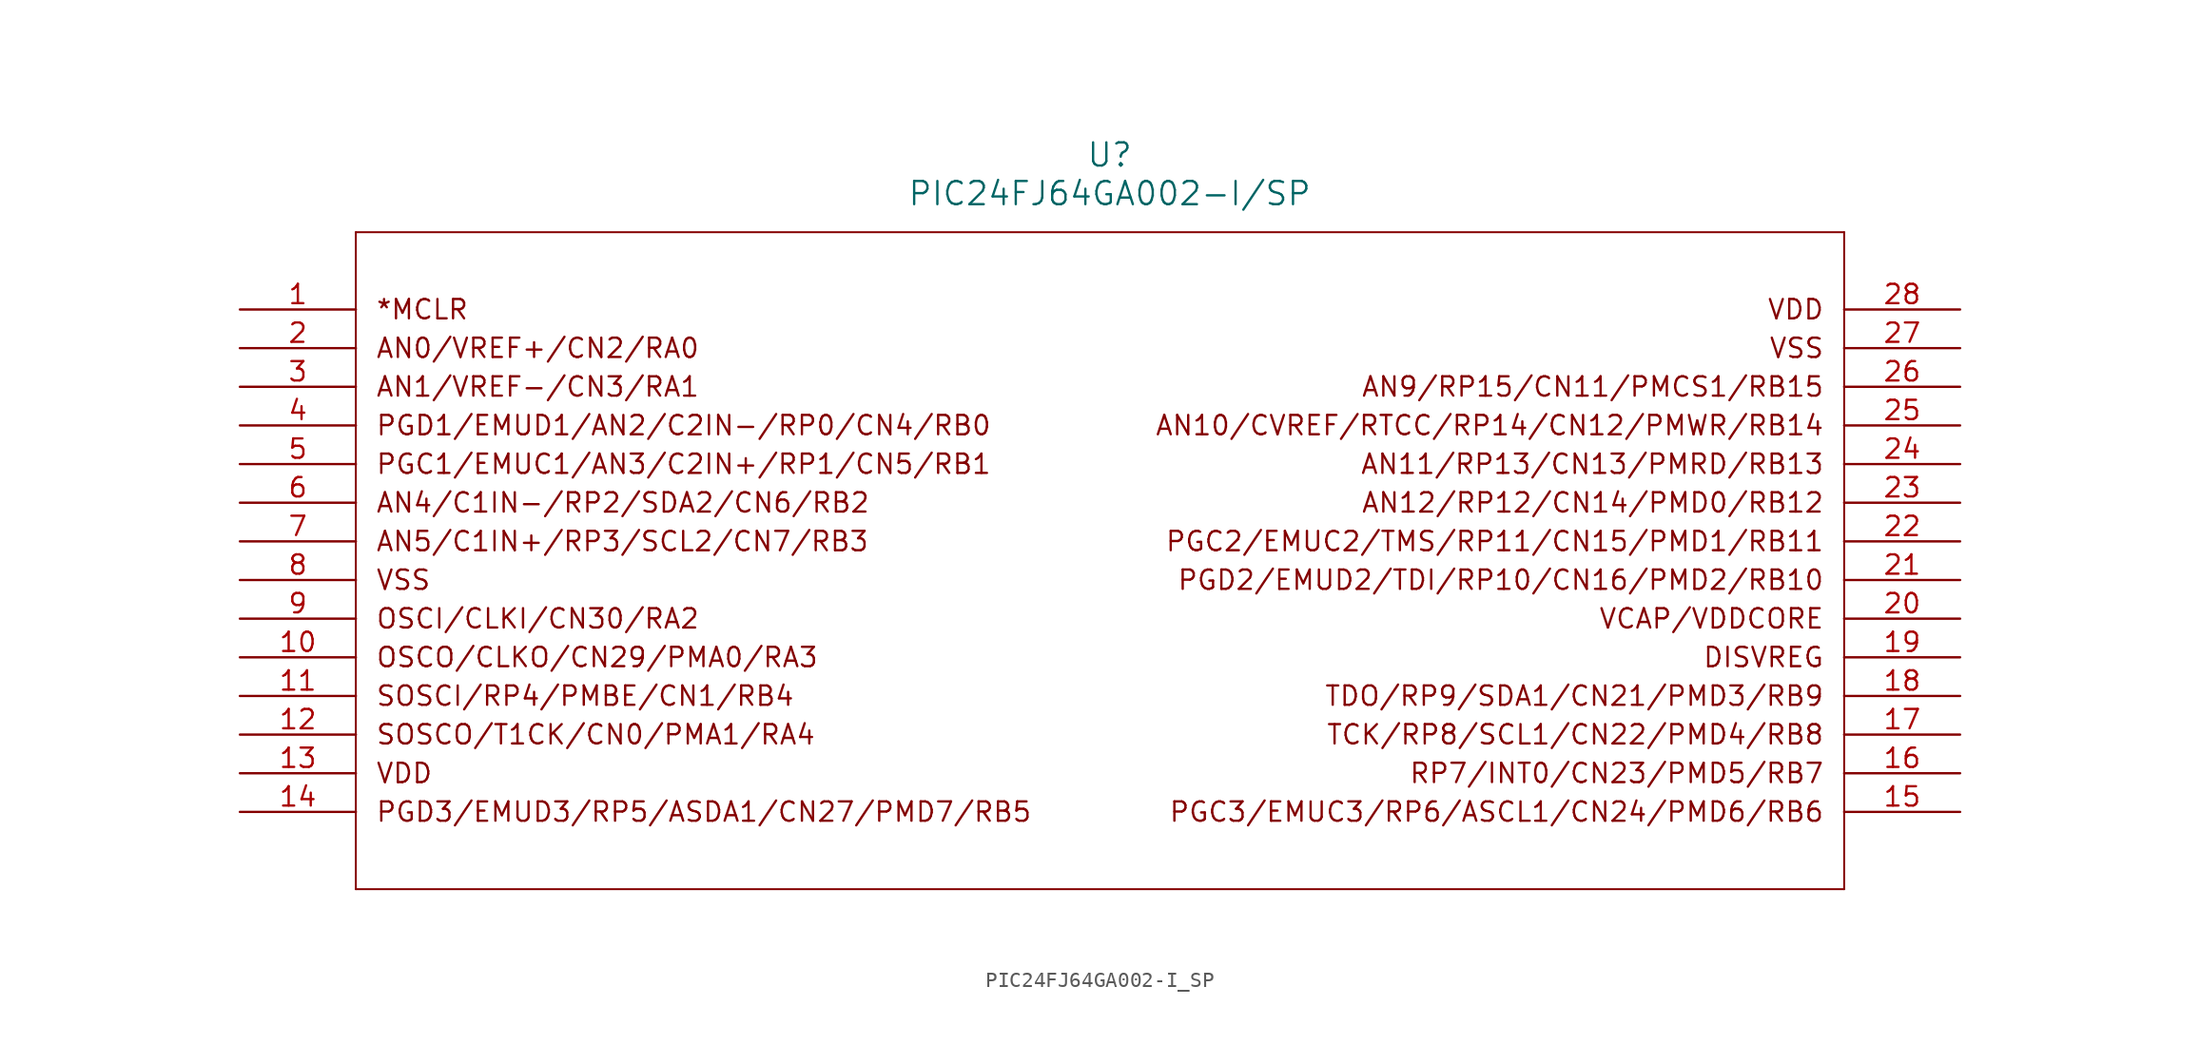
<source format=kicad_sym>
(kicad_symbol_lib
  (version 20220914)
  (generator kicad_symbol_editor)
  (symbol "PIC24FJ64GA002-I_SP"
    (pin_names
      (offset 0.254))
    (property "Reference" "U"
      (at 57.15 10.16 0)
      (effects (font (size 1.524 1.524))))
    (property "Value" "PIC24FJ64GA002-I/SP"
      (at 57.15 7.62 0)
      (effects (font (size 1.524 1.524))))
    (property "ki_locked" ""
      (at 0 0 0)
      (effects (font (size 1.27 1.27))))
    (symbol "PIC24FJ64GA002-I_SP_0_1"
      (polyline (pts (xy 7.62 -38.1) (xy 105.41 -38.1)) (stroke (width 0.127) (type default)) (fill (type none)))
      (polyline (pts (xy 7.62 5.08) (xy 7.62 -38.1)) (stroke (width 0.127) (type default)) (fill (type none)))
      (polyline (pts (xy 105.41 -38.1) (xy 105.41 5.08)) (stroke (width 0.127) (type default)) (fill (type none)))
      (polyline (pts (xy 105.41 5.08) (xy 7.62 5.08)) (stroke (width 0.127) (type default)) (fill (type none)))
      (pin unspecified line (at 0 0 0) (length 7.62) (name "" (effects (font (size 1.27 1.27)))) (number "1" (effects (font (size 1.27 1.27)))))
      (pin unspecified line (at 0 -22.86 0) (length 7.62) (name "" (effects (font (size 1.27 1.27)))) (number "10" (effects (font (size 1.27 1.27)))))
      (pin unspecified line (at 0 -25.4 0) (length 7.62) (name "" (effects (font (size 1.27 1.27)))) (number "11" (effects (font (size 1.27 1.27)))))
      (pin unspecified line (at 0 -27.94 0) (length 7.62) (name "" (effects (font (size 1.27 1.27)))) (number "12" (effects (font (size 1.27 1.27)))))
      (pin unspecified line (at 0 -30.48 0) (length 7.62) (name "" (effects (font (size 1.27 1.27)))) (number "13" (effects (font (size 1.27 1.27)))))
      (pin unspecified line (at 0 -33.02 0) (length 7.62) (name "" (effects (font (size 1.27 1.27)))) (number "14" (effects (font (size 1.27 1.27)))))
      (pin unspecified line (at 113.03 -33.02 180) (length 7.62) (name "" (effects (font (size 1.27 1.27)))) (number "15" (effects (font (size 1.27 1.27)))))
      (pin unspecified line (at 113.03 -30.48 180) (length 7.62) (name "" (effects (font (size 1.27 1.27)))) (number "16" (effects (font (size 1.27 1.27)))))
      (pin unspecified line (at 113.03 -27.94 180) (length 7.62) (name "" (effects (font (size 1.27 1.27)))) (number "17" (effects (font (size 1.27 1.27)))))
      (pin unspecified line (at 113.03 -25.4 180) (length 7.62) (name "" (effects (font (size 1.27 1.27)))) (number "18" (effects (font (size 1.27 1.27)))))
      (pin unspecified line (at 113.03 -22.86 180) (length 7.62) (name "" (effects (font (size 1.27 1.27)))) (number "19" (effects (font (size 1.27 1.27)))))
      (pin unspecified line (at 0 -2.54 0) (length 7.62) (name "" (effects (font (size 1.27 1.27)))) (number "2" (effects (font (size 1.27 1.27)))))
      (pin unspecified line (at 113.03 -20.32 180) (length 7.62) (name "" (effects (font (size 1.27 1.27)))) (number "20" (effects (font (size 1.27 1.27)))))
      (pin unspecified line (at 113.03 -17.78 180) (length 7.62) (name "" (effects (font (size 1.27 1.27)))) (number "21" (effects (font (size 1.27 1.27)))))
      (pin unspecified line (at 113.03 -15.24 180) (length 7.62) (name "" (effects (font (size 1.27 1.27)))) (number "22" (effects (font (size 1.27 1.27)))))
      (pin unspecified line (at 113.03 -12.7 180) (length 7.62) (name "" (effects (font (size 1.27 1.27)))) (number "23" (effects (font (size 1.27 1.27)))))
      (pin unspecified line (at 113.03 -10.16 180) (length 7.62) (name "" (effects (font (size 1.27 1.27)))) (number "24" (effects (font (size 1.27 1.27)))))
      (pin unspecified line (at 113.03 -7.62 180) (length 7.62) (name "" (effects (font (size 1.27 1.27)))) (number "25" (effects (font (size 1.27 1.27)))))
      (pin unspecified line (at 113.03 -5.08 180) (length 7.62) (name "" (effects (font (size 1.27 1.27)))) (number "26" (effects (font (size 1.27 1.27)))))
      (pin unspecified line (at 113.03 -2.54 180) (length 7.62) (name "" (effects (font (size 1.27 1.27)))) (number "27" (effects (font (size 1.27 1.27)))))
      (pin unspecified line (at 113.03 0 180) (length 7.62) (name "" (effects (font (size 1.27 1.27)))) (number "28" (effects (font (size 1.27 1.27)))))
      (pin unspecified line (at 0 -5.08 0) (length 7.62) (name "" (effects (font (size 1.27 1.27)))) (number "3" (effects (font (size 1.27 1.27)))))
      (pin unspecified line (at 0 -7.62 0) (length 7.62) (name "" (effects (font (size 1.27 1.27)))) (number "4" (effects (font (size 1.27 1.27)))))
      (pin unspecified line (at 0 -10.16 0) (length 7.62) (name "" (effects (font (size 1.27 1.27)))) (number "5" (effects (font (size 1.27 1.27)))))
      (pin unspecified line (at 0 -12.7 0) (length 7.62) (name "" (effects (font (size 1.27 1.27)))) (number "6" (effects (font (size 1.27 1.27)))))
      (pin unspecified line (at 0 -15.24 0) (length 7.62) (name "" (effects (font (size 1.27 1.27)))) (number "7" (effects (font (size 1.27 1.27)))))
      (pin unspecified line (at 0 -17.78 0) (length 7.62) (name "" (effects (font (size 1.27 1.27)))) (number "8" (effects (font (size 1.27 1.27)))))
      (pin unspecified line (at 0 -20.32 0) (length 7.62) (name "" (effects (font (size 1.27 1.27)))) (number "9" (effects (font (size 1.27 1.27))))))
    (symbol "PIC24FJ64GA002-I_SP_1_1"
      (text "*MCLR" (at 8.89 0 0) (effects (font (size 1.27 1.27)) (justify left)))
      (text "AN0/VREF+/CN2/RA0" (at 8.89 -2.54 0) (effects (font (size 1.27 1.27)) (justify left)))
      (text "AN1/VREF-/CN3/RA1" (at 8.89 -5.08 0) (effects (font (size 1.27 1.27)) (justify left)))
      (text "AN10/CVREF/RTCC/RP14/CN12/PMWR/RB14" (at 104.14 -7.62 0) (effects (font (size 1.27 1.27)) (justify right)))
      (text "AN11/RP13/CN13/PMRD/RB13" (at 104.14 -10.16 0) (effects (font (size 1.27 1.27)) (justify right)))
      (text "AN12/RP12/CN14/PMD0/RB12" (at 104.14 -12.7 0) (effects (font (size 1.27 1.27)) (justify right)))
      (text "AN4/C1IN-/RP2/SDA2/CN6/RB2" (at 8.89 -12.7 0) (effects (font (size 1.27 1.27)) (justify left)))
      (text "AN5/C1IN+/RP3/SCL2/CN7/RB3" (at 8.89 -15.24 0) (effects (font (size 1.27 1.27)) (justify left)))
      (text "AN9/RP15/CN11/PMCS1/RB15" (at 104.14 -5.08 0) (effects (font (size 1.27 1.27)) (justify right)))
      (text "DISVREG" (at 104.14 -22.86 0) (effects (font (size 1.27 1.27)) (justify right)))
      (text "OSCI/CLKI/CN30/RA2" (at 8.89 -20.32 0) (effects (font (size 1.27 1.27)) (justify left)))
      (text "OSCO/CLKO/CN29/PMA0/RA3" (at 8.89 -22.86 0) (effects (font (size 1.27 1.27)) (justify left)))
      (text "PGC1/EMUC1/AN3/C2IN+/RP1/CN5/RB1" (at 8.89 -10.16 0) (effects (font (size 1.27 1.27)) (justify left)))
      (text "PGC2/EMUC2/TMS/RP11/CN15/PMD1/RB11" (at 104.14 -15.24 0) (effects (font (size 1.27 1.27)) (justify right)))
      (text "PGC3/EMUC3/RP6/ASCL1/CN24/PMD6/RB6" (at 104.14 -33.02 0) (effects (font (size 1.27 1.27)) (justify right)))
      (text "PGD1/EMUD1/AN2/C2IN-/RP0/CN4/RB0" (at 8.89 -7.62 0) (effects (font (size 1.27 1.27)) (justify left)))
      (text "PGD2/EMUD2/TDI/RP10/CN16/PMD2/RB10" (at 104.14 -17.78 0) (effects (font (size 1.27 1.27)) (justify right)))
      (text "PGD3/EMUD3/RP5/ASDA1/CN27/PMD7/RB5" (at 8.89 -33.02 0) (effects (font (size 1.27 1.27)) (justify left)))
      (text "RP7/INT0/CN23/PMD5/RB7" (at 104.14 -30.48 0) (effects (font (size 1.27 1.27)) (justify right)))
      (text "SOSCI/RP4/PMBE/CN1/RB4" (at 8.89 -25.4 0) (effects (font (size 1.27 1.27)) (justify left)))
      (text "SOSCO/T1CK/CN0/PMA1/RA4" (at 8.89 -27.94 0) (effects (font (size 1.27 1.27)) (justify left)))
      (text "TCK/RP8/SCL1/CN22/PMD4/RB8" (at 104.14 -27.94 0) (effects (font (size 1.27 1.27)) (justify right)))
      (text "TDO/RP9/SDA1/CN21/PMD3/RB9" (at 104.14 -25.4 0) (effects (font (size 1.27 1.27)) (justify right)))
      (text "VCAP/VDDCORE" (at 104.14 -20.32 0) (effects (font (size 1.27 1.27)) (justify right)))
      (text "VDD" (at 8.89 -30.48 0) (effects (font (size 1.27 1.27)) (justify left)))
      (text "VDD" (at 104.14 0 0) (effects (font (size 1.27 1.27)) (justify right)))
      (text "VSS" (at 8.89 -17.78 0) (effects (font (size 1.27 1.27)) (justify left)))
      (text "VSS" (at 104.14 -2.54 0) (effects (font (size 1.27 1.27)) (justify right))))))
</source>
